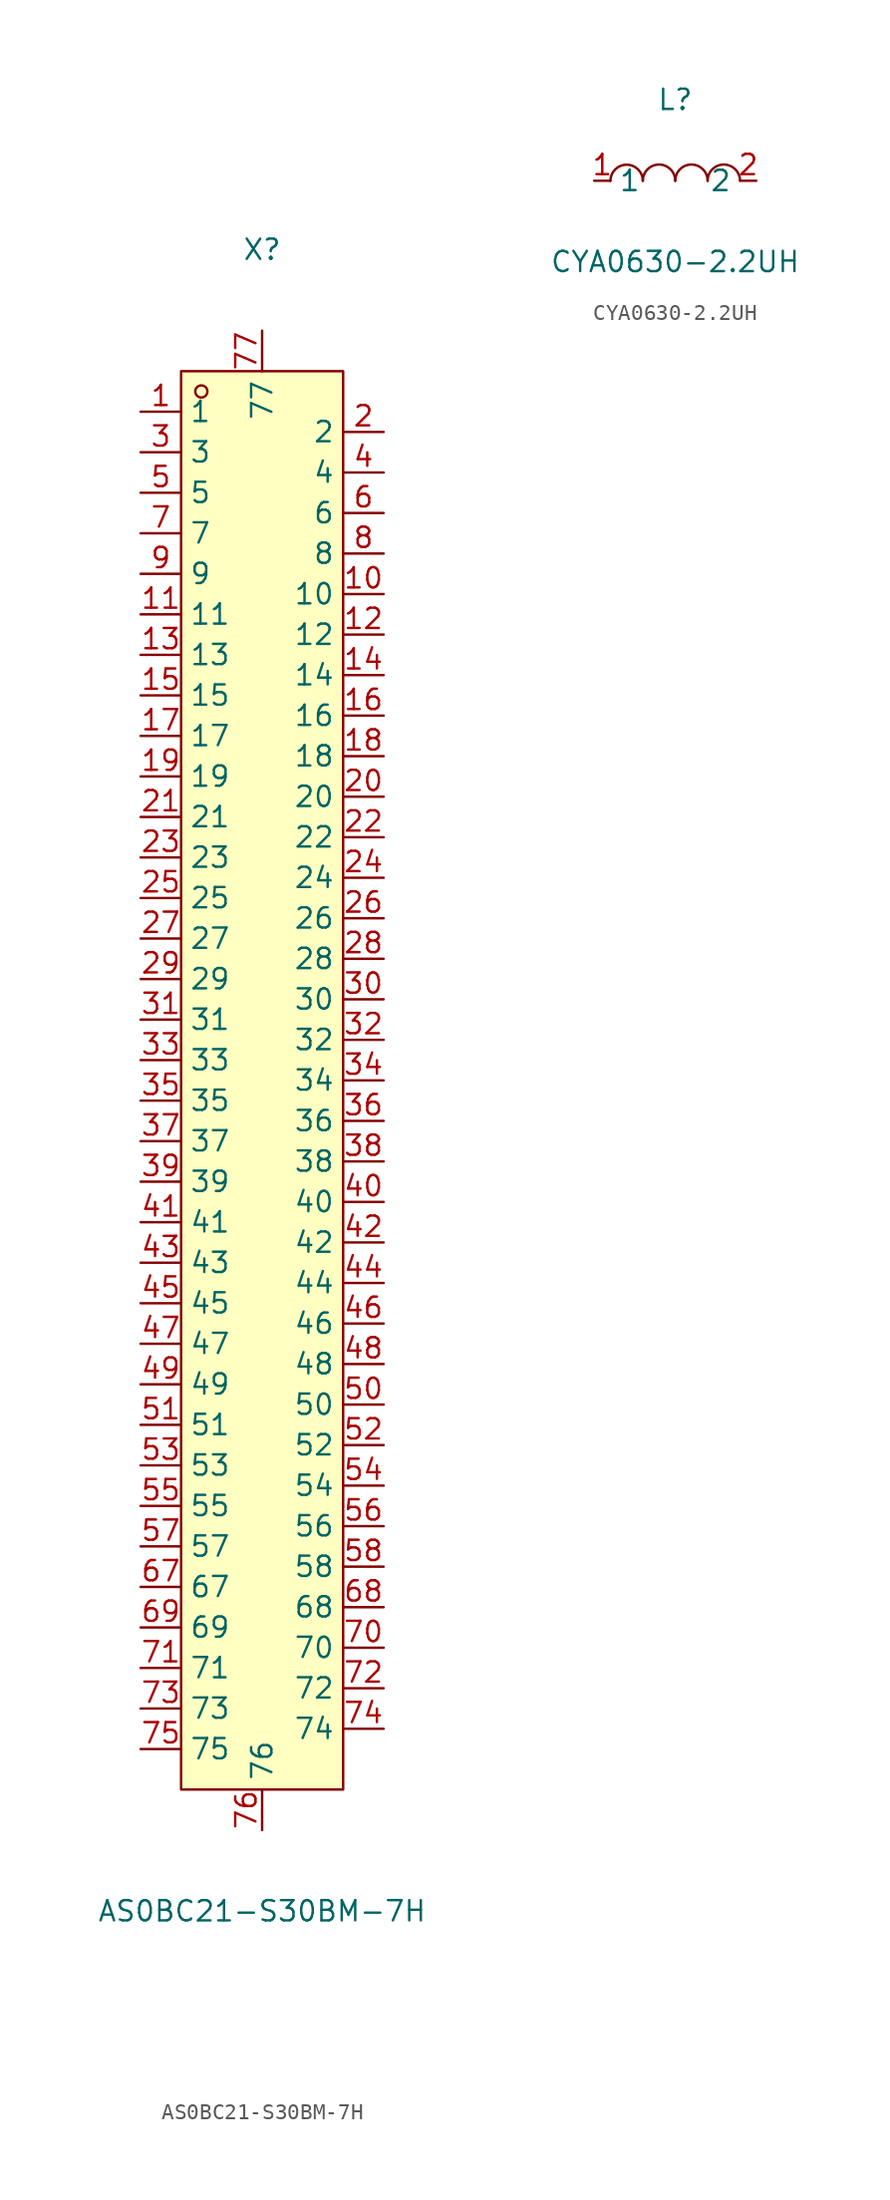
<source format=kicad_sym>
(kicad_symbol_lib
  (version 20241209)
  (generator "kicad_symbol_editor")
  (generator_version "9.0")
  (symbol "AS0BC21-S30BM-7H"
    (property "Reference" "X"
      (at 0 53.34 0)
      (effects (font (size 1.27 1.27))))
    (property "Value" "AS0BC21-S30BM-7H"
      (at 0 -50.8 0)
      (effects (font (size 1.27 1.27))))
    (symbol "AS0BC21-S30BM-7H_0_1"
      (rectangle (start -5.08 45.72) (end 5.08 -43.18) (stroke (width 0) (type default)) (fill (type background)))
      (circle (center -3.81 44.45) (radius 0.38) (stroke (width 0) (type default)) (fill (type none)))
      (pin unspecified line (at -7.62 43.18 0) (length 2.54) (name "1" (effects (font (size 1.27 1.27)))) (number "1" (effects (font (size 1.27 1.27)))))
      (pin unspecified line (at -7.62 40.64 0) (length 2.54) (name "3" (effects (font (size 1.27 1.27)))) (number "3" (effects (font (size 1.27 1.27)))))
      (pin unspecified line (at -7.62 38.1 0) (length 2.54) (name "5" (effects (font (size 1.27 1.27)))) (number "5" (effects (font (size 1.27 1.27)))))
      (pin unspecified line (at -7.62 35.56 0) (length 2.54) (name "7" (effects (font (size 1.27 1.27)))) (number "7" (effects (font (size 1.27 1.27)))))
      (pin unspecified line (at -7.62 33.02 0) (length 2.54) (name "9" (effects (font (size 1.27 1.27)))) (number "9" (effects (font (size 1.27 1.27)))))
      (pin unspecified line (at -7.62 30.48 0) (length 2.54) (name "11" (effects (font (size 1.27 1.27)))) (number "11" (effects (font (size 1.27 1.27)))))
      (pin unspecified line (at -7.62 27.94 0) (length 2.54) (name "13" (effects (font (size 1.27 1.27)))) (number "13" (effects (font (size 1.27 1.27)))))
      (pin unspecified line (at -7.62 25.4 0) (length 2.54) (name "15" (effects (font (size 1.27 1.27)))) (number "15" (effects (font (size 1.27 1.27)))))
      (pin unspecified line (at -7.62 22.86 0) (length 2.54) (name "17" (effects (font (size 1.27 1.27)))) (number "17" (effects (font (size 1.27 1.27)))))
      (pin unspecified line (at -7.62 20.32 0) (length 2.54) (name "19" (effects (font (size 1.27 1.27)))) (number "19" (effects (font (size 1.27 1.27)))))
      (pin unspecified line (at -7.62 17.78 0) (length 2.54) (name "21" (effects (font (size 1.27 1.27)))) (number "21" (effects (font (size 1.27 1.27)))))
      (pin unspecified line (at -7.62 15.24 0) (length 2.54) (name "23" (effects (font (size 1.27 1.27)))) (number "23" (effects (font (size 1.27 1.27)))))
      (pin unspecified line (at -7.62 12.7 0) (length 2.54) (name "25" (effects (font (size 1.27 1.27)))) (number "25" (effects (font (size 1.27 1.27)))))
      (pin unspecified line (at -7.62 10.16 0) (length 2.54) (name "27" (effects (font (size 1.27 1.27)))) (number "27" (effects (font (size 1.27 1.27)))))
      (pin unspecified line (at -7.62 7.62 0) (length 2.54) (name "29" (effects (font (size 1.27 1.27)))) (number "29" (effects (font (size 1.27 1.27)))))
      (pin unspecified line (at -7.62 5.08 0) (length 2.54) (name "31" (effects (font (size 1.27 1.27)))) (number "31" (effects (font (size 1.27 1.27)))))
      (pin unspecified line (at -7.62 2.54 0) (length 2.54) (name "33" (effects (font (size 1.27 1.27)))) (number "33" (effects (font (size 1.27 1.27)))))
      (pin unspecified line (at -7.62 0 0) (length 2.54) (name "35" (effects (font (size 1.27 1.27)))) (number "35" (effects (font (size 1.27 1.27)))))
      (pin unspecified line (at -7.62 -2.54 0) (length 2.54) (name "37" (effects (font (size 1.27 1.27)))) (number "37" (effects (font (size 1.27 1.27)))))
      (pin unspecified line (at -7.62 -5.08 0) (length 2.54) (name "39" (effects (font (size 1.27 1.27)))) (number "39" (effects (font (size 1.27 1.27)))))
      (pin unspecified line (at -7.62 -7.62 0) (length 2.54) (name "41" (effects (font (size 1.27 1.27)))) (number "41" (effects (font (size 1.27 1.27)))))
      (pin unspecified line (at -7.62 -10.16 0) (length 2.54) (name "43" (effects (font (size 1.27 1.27)))) (number "43" (effects (font (size 1.27 1.27)))))
      (pin unspecified line (at -7.62 -12.7 0) (length 2.54) (name "45" (effects (font (size 1.27 1.27)))) (number "45" (effects (font (size 1.27 1.27)))))
      (pin unspecified line (at -7.62 -15.24 0) (length 2.54) (name "47" (effects (font (size 1.27 1.27)))) (number "47" (effects (font (size 1.27 1.27)))))
      (pin unspecified line (at -7.62 -17.78 0) (length 2.54) (name "49" (effects (font (size 1.27 1.27)))) (number "49" (effects (font (size 1.27 1.27)))))
      (pin unspecified line (at -7.62 -20.32 0) (length 2.54) (name "51" (effects (font (size 1.27 1.27)))) (number "51" (effects (font (size 1.27 1.27)))))
      (pin unspecified line (at -7.62 -22.86 0) (length 2.54) (name "53" (effects (font (size 1.27 1.27)))) (number "53" (effects (font (size 1.27 1.27)))))
      (pin unspecified line (at -7.62 -25.4 0) (length 2.54) (name "55" (effects (font (size 1.27 1.27)))) (number "55" (effects (font (size 1.27 1.27)))))
      (pin unspecified line (at -7.62 -27.94 0) (length 2.54) (name "57" (effects (font (size 1.27 1.27)))) (number "57" (effects (font (size 1.27 1.27)))))
      (pin unspecified line (at -7.62 -30.48 0) (length 2.54) (name "67" (effects (font (size 1.27 1.27)))) (number "67" (effects (font (size 1.27 1.27)))))
      (pin unspecified line (at -7.62 -33.02 0) (length 2.54) (name "69" (effects (font (size 1.27 1.27)))) (number "69" (effects (font (size 1.27 1.27)))))
      (pin unspecified line (at -7.62 -35.56 0) (length 2.54) (name "71" (effects (font (size 1.27 1.27)))) (number "71" (effects (font (size 1.27 1.27)))))
      (pin unspecified line (at -7.62 -38.1 0) (length 2.54) (name "73" (effects (font (size 1.27 1.27)))) (number "73" (effects (font (size 1.27 1.27)))))
      (pin unspecified line (at -7.62 -40.64 0) (length 2.54) (name "75" (effects (font (size 1.27 1.27)))) (number "75" (effects (font (size 1.27 1.27)))))
      (pin unspecified line (at 0 48.26 270) (length 2.54) (name "77" (effects (font (size 1.27 1.27)))) (number "77" (effects (font (size 1.27 1.27)))))
      (pin unspecified line (at 0 -45.72 90) (length 2.54) (name "76" (effects (font (size 1.27 1.27)))) (number "76" (effects (font (size 1.27 1.27)))))
      (pin unspecified line (at 7.62 41.91 180) (length 2.54) (name "2" (effects (font (size 1.27 1.27)))) (number "2" (effects (font (size 1.27 1.27)))))
      (pin unspecified line (at 7.62 39.37 180) (length 2.54) (name "4" (effects (font (size 1.27 1.27)))) (number "4" (effects (font (size 1.27 1.27)))))
      (pin unspecified line (at 7.62 36.83 180) (length 2.54) (name "6" (effects (font (size 1.27 1.27)))) (number "6" (effects (font (size 1.27 1.27)))))
      (pin unspecified line (at 7.62 34.29 180) (length 2.54) (name "8" (effects (font (size 1.27 1.27)))) (number "8" (effects (font (size 1.27 1.27)))))
      (pin unspecified line (at 7.62 31.75 180) (length 2.54) (name "10" (effects (font (size 1.27 1.27)))) (number "10" (effects (font (size 1.27 1.27)))))
      (pin unspecified line (at 7.62 29.21 180) (length 2.54) (name "12" (effects (font (size 1.27 1.27)))) (number "12" (effects (font (size 1.27 1.27)))))
      (pin unspecified line (at 7.62 26.67 180) (length 2.54) (name "14" (effects (font (size 1.27 1.27)))) (number "14" (effects (font (size 1.27 1.27)))))
      (pin unspecified line (at 7.62 24.13 180) (length 2.54) (name "16" (effects (font (size 1.27 1.27)))) (number "16" (effects (font (size 1.27 1.27)))))
      (pin unspecified line (at 7.62 21.59 180) (length 2.54) (name "18" (effects (font (size 1.27 1.27)))) (number "18" (effects (font (size 1.27 1.27)))))
      (pin unspecified line (at 7.62 19.05 180) (length 2.54) (name "20" (effects (font (size 1.27 1.27)))) (number "20" (effects (font (size 1.27 1.27)))))
      (pin unspecified line (at 7.62 16.51 180) (length 2.54) (name "22" (effects (font (size 1.27 1.27)))) (number "22" (effects (font (size 1.27 1.27)))))
      (pin unspecified line (at 7.62 13.97 180) (length 2.54) (name "24" (effects (font (size 1.27 1.27)))) (number "24" (effects (font (size 1.27 1.27)))))
      (pin unspecified line (at 7.62 11.43 180) (length 2.54) (name "26" (effects (font (size 1.27 1.27)))) (number "26" (effects (font (size 1.27 1.27)))))
      (pin unspecified line (at 7.62 8.89 180) (length 2.54) (name "28" (effects (font (size 1.27 1.27)))) (number "28" (effects (font (size 1.27 1.27)))))
      (pin unspecified line (at 7.62 6.35 180) (length 2.54) (name "30" (effects (font (size 1.27 1.27)))) (number "30" (effects (font (size 1.27 1.27)))))
      (pin unspecified line (at 7.62 3.81 180) (length 2.54) (name "32" (effects (font (size 1.27 1.27)))) (number "32" (effects (font (size 1.27 1.27)))))
      (pin unspecified line (at 7.62 1.27 180) (length 2.54) (name "34" (effects (font (size 1.27 1.27)))) (number "34" (effects (font (size 1.27 1.27)))))
      (pin unspecified line (at 7.62 -1.27 180) (length 2.54) (name "36" (effects (font (size 1.27 1.27)))) (number "36" (effects (font (size 1.27 1.27)))))
      (pin unspecified line (at 7.62 -3.81 180) (length 2.54) (name "38" (effects (font (size 1.27 1.27)))) (number "38" (effects (font (size 1.27 1.27)))))
      (pin unspecified line (at 7.62 -6.35 180) (length 2.54) (name "40" (effects (font (size 1.27 1.27)))) (number "40" (effects (font (size 1.27 1.27)))))
      (pin unspecified line (at 7.62 -8.89 180) (length 2.54) (name "42" (effects (font (size 1.27 1.27)))) (number "42" (effects (font (size 1.27 1.27)))))
      (pin unspecified line (at 7.62 -11.43 180) (length 2.54) (name "44" (effects (font (size 1.27 1.27)))) (number "44" (effects (font (size 1.27 1.27)))))
      (pin unspecified line (at 7.62 -13.97 180) (length 2.54) (name "46" (effects (font (size 1.27 1.27)))) (number "46" (effects (font (size 1.27 1.27)))))
      (pin unspecified line (at 7.62 -16.51 180) (length 2.54) (name "48" (effects (font (size 1.27 1.27)))) (number "48" (effects (font (size 1.27 1.27)))))
      (pin unspecified line (at 7.62 -19.05 180) (length 2.54) (name "50" (effects (font (size 1.27 1.27)))) (number "50" (effects (font (size 1.27 1.27)))))
      (pin unspecified line (at 7.62 -21.59 180) (length 2.54) (name "52" (effects (font (size 1.27 1.27)))) (number "52" (effects (font (size 1.27 1.27)))))
      (pin unspecified line (at 7.62 -24.13 180) (length 2.54) (name "54" (effects (font (size 1.27 1.27)))) (number "54" (effects (font (size 1.27 1.27)))))
      (pin unspecified line (at 7.62 -26.67 180) (length 2.54) (name "56" (effects (font (size 1.27 1.27)))) (number "56" (effects (font (size 1.27 1.27)))))
      (pin unspecified line (at 7.62 -29.21 180) (length 2.54) (name "58" (effects (font (size 1.27 1.27)))) (number "58" (effects (font (size 1.27 1.27)))))
      (pin unspecified line (at 7.62 -31.75 180) (length 2.54) (name "68" (effects (font (size 1.27 1.27)))) (number "68" (effects (font (size 1.27 1.27)))))
      (pin unspecified line (at 7.62 -34.29 180) (length 2.54) (name "70" (effects (font (size 1.27 1.27)))) (number "70" (effects (font (size 1.27 1.27)))))
      (pin unspecified line (at 7.62 -36.83 180) (length 2.54) (name "72" (effects (font (size 1.27 1.27)))) (number "72" (effects (font (size 1.27 1.27)))))
      (pin unspecified line (at 7.62 -39.37 180) (length 2.54) (name "74" (effects (font (size 1.27 1.27)))) (number "74" (effects (font (size 1.27 1.27)))))))
  (symbol "CYA0630-2.2UH"
    (property "Reference" "L"
      (at 0 5.08 0)
      (effects (font (size 1.27 1.27))))
    (property "Value" "CYA0630-2.2UH"
      (at 0 -5.08 0)
      (effects (font (size 1.27 1.27))))
    (symbol "CYA0630-2.2UH_0_1"
      (arc (start -4.06 -0.01) (mid -3.055 1.013) (end -2.03 0.01) (stroke (width 0) (type default)) (fill (type none)))
      (arc (start -2.03 -0.01) (mid -1.025 1.013) (end 0 0.01) (stroke (width 0) (type default)) (fill (type none)))
      (arc (start 0 -0.01) (mid 1.005 1.013) (end 2.03 0.01) (stroke (width 0) (type default)) (fill (type none)))
      (arc (start 2.03 -0.01) (mid 3.035 1.013) (end 4.06 0.01) (stroke (width 0) (type default)) (fill (type none)))
      (pin unspecified line (at -5.08 0 0) (length 1.016) (name "1" (effects (font (size 1.27 1.27)))) (number "1" (effects (font (size 1.27 1.27)))))
      (pin unspecified line (at 5.08 0 180) (length 1.016) (name "2" (effects (font (size 1.27 1.27)))) (number "2" (effects (font (size 1.27 1.27))))))))
</source>
